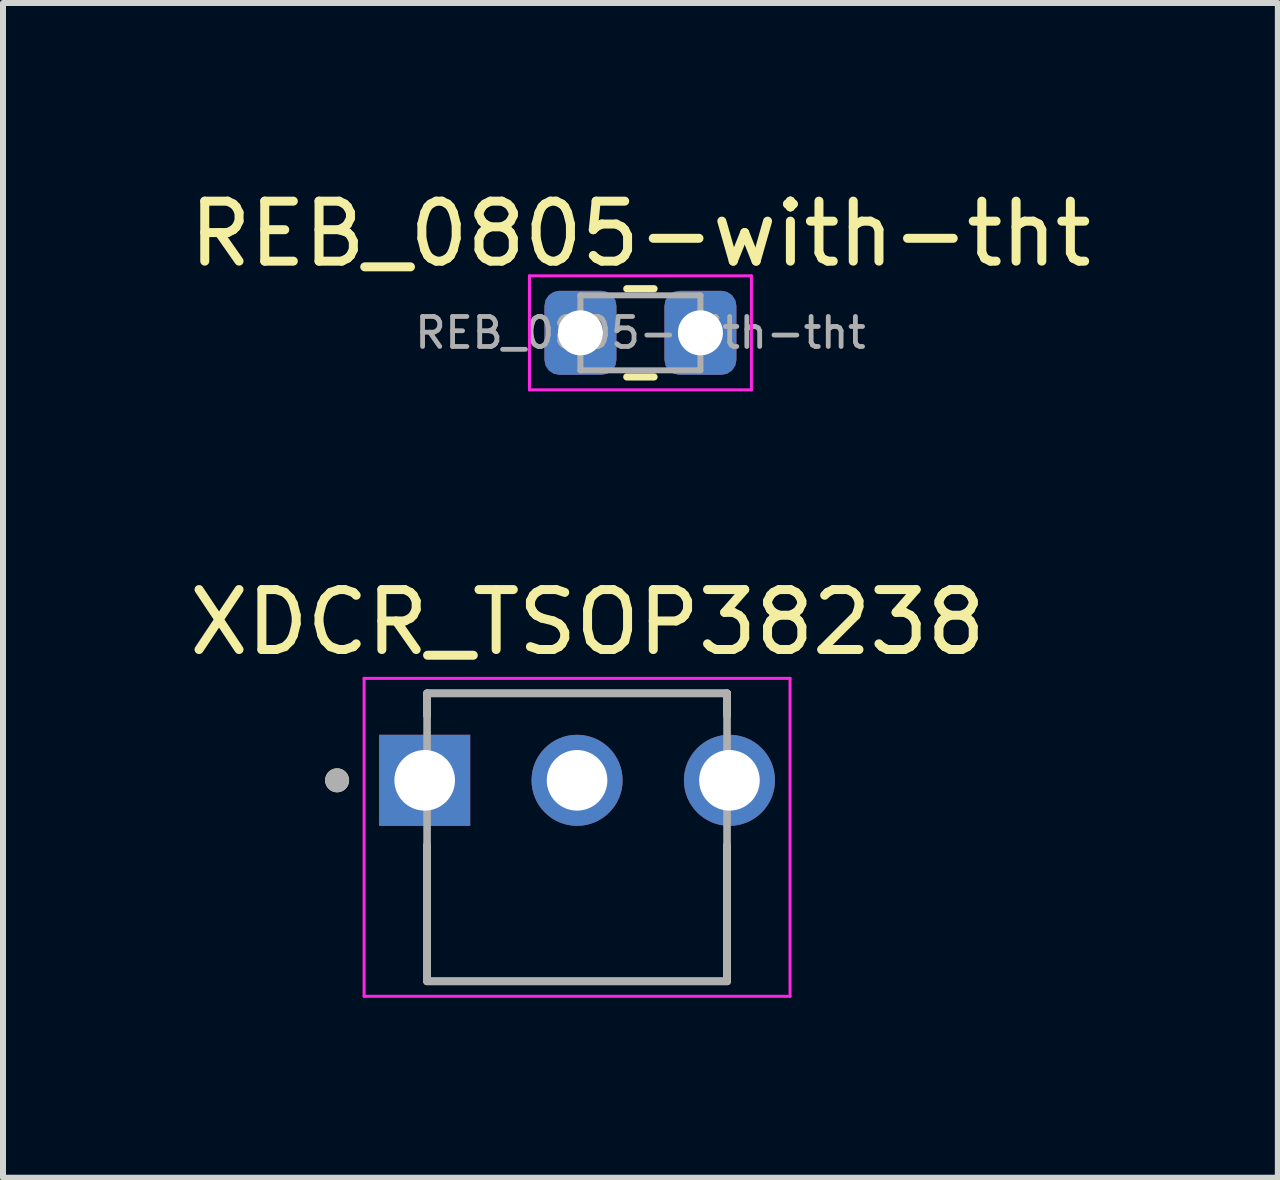
<source format=kicad_pcb>
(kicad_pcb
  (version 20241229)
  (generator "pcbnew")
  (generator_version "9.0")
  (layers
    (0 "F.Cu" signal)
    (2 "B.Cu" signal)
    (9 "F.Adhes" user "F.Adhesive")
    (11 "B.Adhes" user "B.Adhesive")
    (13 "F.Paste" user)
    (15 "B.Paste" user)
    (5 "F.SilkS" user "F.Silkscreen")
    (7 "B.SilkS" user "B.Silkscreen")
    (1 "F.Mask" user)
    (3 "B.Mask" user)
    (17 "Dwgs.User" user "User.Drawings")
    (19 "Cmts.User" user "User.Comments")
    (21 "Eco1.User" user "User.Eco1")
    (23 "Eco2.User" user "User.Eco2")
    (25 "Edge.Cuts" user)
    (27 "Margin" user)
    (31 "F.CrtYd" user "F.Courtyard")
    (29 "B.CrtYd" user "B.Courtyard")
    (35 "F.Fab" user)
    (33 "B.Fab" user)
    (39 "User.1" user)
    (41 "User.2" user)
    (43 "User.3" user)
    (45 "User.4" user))
  (footprint "XDCR_TSOP38238"
    (layer "F.Cu")
    (at 6.569 9.957)
    (property "Reference" "XDCR_TSOP38238" (at 0.175 -2.635 0) (layer "F.SilkS") (effects (font (size 1 1) (thickness 0.15))))
    (attr through_hole)
    (fp_line (start -2.5 -1.45) (end 2.5 -1.45) (stroke (width 0.127) (type solid)) (layer "F.SilkS"))
    (fp_line (start -2.5 -1.08) (end -2.5 -1.45) (stroke (width 0.127) (type solid)) (layer "F.SilkS"))
    (fp_line (start -2.5 3.35) (end -2.5 1.08) (stroke (width 0.127) (type solid)) (layer "F.SilkS"))
    (fp_line (start 2.5 -1.45) (end 2.5 -1.08) (stroke (width 0.127) (type solid)) (layer "F.SilkS"))
    (fp_line (start 2.5 1.08) (end 2.5 3.35) (stroke (width 0.127) (type solid)) (layer "F.SilkS"))
    (fp_line (start 2.5 3.35) (end -2.5 3.35) (stroke (width 0.127) (type solid)) (layer "F.SilkS"))
    (fp_circle (center -4 0) (end -3.9 0) (stroke (width 0.2) (type solid)) (fill no) (layer "F.SilkS"))
    (fp_line (start -3.55 -1.7) (end 3.55 -1.7) (stroke (width 0.05) (type solid)) (layer "F.CrtYd"))
    (fp_line (start -3.55 3.6) (end -3.55 -1.7) (stroke (width 0.05) (type solid)) (layer "F.CrtYd"))
    (fp_line (start 3.55 -1.7) (end 3.55 3.6) (stroke (width 0.05) (type solid)) (layer "F.CrtYd"))
    (fp_line (start 3.55 3.6) (end -3.55 3.6) (stroke (width 0.05) (type solid)) (layer "F.CrtYd"))
    (fp_line (start -2.5 -1.45) (end 2.5 -1.45) (stroke (width 0.127) (type solid)) (layer "F.Fab"))
    (fp_line (start -2.5 3.35) (end -2.5 -1.45) (stroke (width 0.127) (type solid)) (layer "F.Fab"))
    (fp_line (start 2.5 -1.45) (end 2.5 3.35) (stroke (width 0.127) (type solid)) (layer "F.Fab"))
    (fp_line (start 2.5 3.35) (end -2.5 3.35) (stroke (width 0.127) (type solid)) (layer "F.Fab"))
    (fp_circle (center -4 0) (end -3.9 0) (stroke (width 0.2) (type solid)) (fill no) (layer "F.Fab"))
    (pad "1" thru_hole rect (at -2.54 0) (size 1.518 1.518) (drill 1.01) (layers "*.Cu" "*.Mask"))
    (pad "2" thru_hole circle (at 0 0) (size 1.518 1.518) (drill 1.01) (layers "*.Cu" "*.Mask"))
    (pad "3" thru_hole circle (at 2.54 0) (size 1.518 1.518) (drill 1.01) (layers "*.Cu" "*.Mask")))
  (footprint "REB_0805-with-tht"
    (layer "F.Cu")
    (at 7.625 2.498)
    (property "Reference" "REB_0805-with-tht" (at 0 -1.65 0) (layer "F.SilkS") (effects (font (size 1 1) (thickness 0.15))))
    (attr smd)
    (fp_line (start -0.227 -0.735) (end 0.227 -0.735) (stroke (width 0.12) (type solid)) (layer "F.SilkS"))
    (fp_line (start -0.227 0.735) (end 0.227 0.735) (stroke (width 0.12) (type solid)) (layer "F.SilkS"))
    (fp_line (start -1.85 -0.95) (end 1.85 -0.95) (stroke (width 0.05) (type solid)) (layer "F.CrtYd"))
    (fp_line (start -1.85 0.95) (end -1.85 -0.95) (stroke (width 0.05) (type solid)) (layer "F.CrtYd"))
    (fp_line (start 1.85 -0.95) (end 1.85 0.95) (stroke (width 0.05) (type solid)) (layer "F.CrtYd"))
    (fp_line (start 1.85 0.95) (end -1.85 0.95) (stroke (width 0.05) (type solid)) (layer "F.CrtYd"))
    (fp_line (start -1 -0.625) (end 1 -0.625) (stroke (width 0.1) (type solid)) (layer "F.Fab"))
    (fp_line (start -1 0.625) (end -1 -0.625) (stroke (width 0.1) (type solid)) (layer "F.Fab"))
    (fp_line (start 1 -0.625) (end 1 0.625) (stroke (width 0.1) (type solid)) (layer "F.Fab"))
    (fp_line (start 1 0.625) (end -1 0.625) (stroke (width 0.1) (type solid)) (layer "F.Fab"))
    (fp_text user "${REFERENCE}" (at 0 0 0) (layer "F.Fab") (effects (font (size 0.5 0.5) (thickness 0.08))))
    (pad "1" thru_hole roundrect (at -1 0) (size 1.2 1.4) (drill 0.75) (layers "*.Cu" "*.Mask") (roundrect_rratio 0.208))
    (pad "2" thru_hole roundrect (at 1 0) (size 1.2 1.4) (drill 0.75) (layers "*.Cu" "*.Mask") (roundrect_rratio 0.208)))
  (gr_rect
    (start -3 -3)
    (end 18.25 16.581)
    (stroke (width 0.1) (type default))
    (fill no)
    (layer "Edge.Cuts")))
</source>
